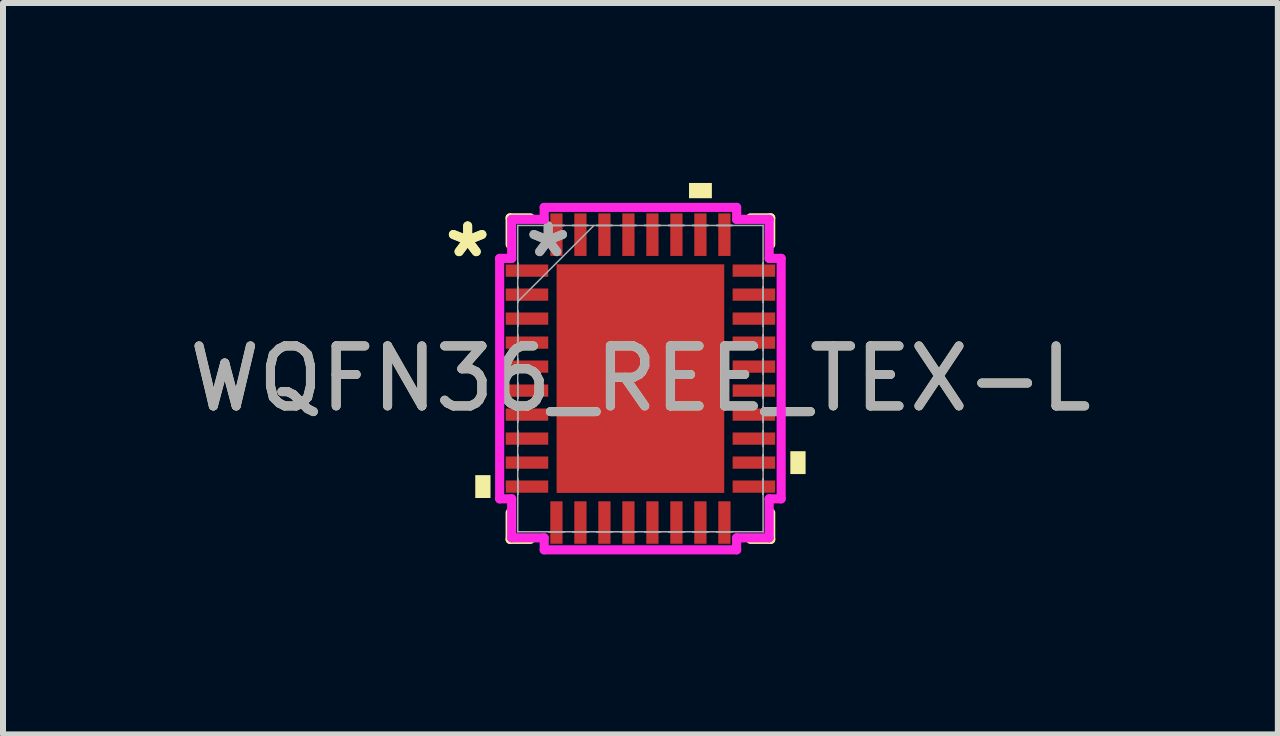
<source format=kicad_pcb>
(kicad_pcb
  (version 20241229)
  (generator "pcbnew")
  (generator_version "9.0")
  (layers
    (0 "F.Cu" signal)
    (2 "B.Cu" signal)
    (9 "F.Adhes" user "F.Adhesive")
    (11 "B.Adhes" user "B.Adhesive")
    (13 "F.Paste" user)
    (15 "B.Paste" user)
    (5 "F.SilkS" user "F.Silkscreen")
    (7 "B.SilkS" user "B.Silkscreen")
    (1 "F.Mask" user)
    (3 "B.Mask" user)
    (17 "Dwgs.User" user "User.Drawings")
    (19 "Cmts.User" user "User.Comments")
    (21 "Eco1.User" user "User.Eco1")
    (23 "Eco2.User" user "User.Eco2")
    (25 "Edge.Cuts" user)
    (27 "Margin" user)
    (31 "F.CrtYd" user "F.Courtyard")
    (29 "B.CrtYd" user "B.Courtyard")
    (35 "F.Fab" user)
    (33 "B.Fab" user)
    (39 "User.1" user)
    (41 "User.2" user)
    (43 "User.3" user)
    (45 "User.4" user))
  (footprint "WQFN36_REE_TEX-L"
    (layer "F.Cu")
    (at 7.625 3.261)
    (property "Reference" "WQFN36_REE_TEX-L" (at 0 0 0) (unlocked yes) (layer "F.SilkS") (effects (font (size 1 1) (thickness 0.15))))
    (attr smd)
    (fp_line (start -2.172 -2.68) (end -2.172 -2.235) (stroke (width 0.152) (type solid)) (layer "F.SilkS"))
    (fp_line (start -2.172 2.235) (end -2.172 2.68) (stroke (width 0.152) (type solid)) (layer "F.SilkS"))
    (fp_line (start -2.172 2.68) (end -1.835 2.68) (stroke (width 0.152) (type solid)) (layer "F.SilkS"))
    (fp_line (start -1.835 -2.68) (end -2.172 -2.68) (stroke (width 0.152) (type solid)) (layer "F.SilkS"))
    (fp_line (start 1.835 2.68) (end 2.172 2.68) (stroke (width 0.152) (type solid)) (layer "F.SilkS"))
    (fp_line (start 2.172 -2.68) (end 1.835 -2.68) (stroke (width 0.152) (type solid)) (layer "F.SilkS"))
    (fp_line (start 2.172 -2.235) (end 2.172 -2.68) (stroke (width 0.152) (type solid)) (layer "F.SilkS"))
    (fp_line (start 2.172 2.68) (end 2.172 2.235) (stroke (width 0.152) (type solid)) (layer "F.SilkS"))
    (fp_poly (pts (xy -2.753 1.609) (xy -2.753 1.99) (xy -2.499 1.99) (xy -2.499 1.609)) (stroke (width 0) (type solid)) (fill yes) (layer "F.SilkS"))
    (fp_poly (pts (xy 0.81 -3.007) (xy 0.81 -3.261) (xy 1.191 -3.261) (xy 1.191 -3.007)) (stroke (width 0) (type solid)) (fill yes) (layer "F.SilkS"))
    (fp_poly (pts (xy 2.753 1.21) (xy 2.753 1.591) (xy 2.499 1.591) (xy 2.499 1.21)) (stroke (width 0) (type solid)) (fill yes) (layer "F.SilkS"))
    (fp_poly (pts (xy -1.297 -1.805) (xy -1.297 -0.735) (xy -0.1 -0.735) (xy -0.1 -1.805)) (stroke (width 0) (type solid)) (fill yes) (layer "F.Paste"))
    (fp_poly (pts (xy -1.297 -0.535) (xy -1.297 0.535) (xy -0.1 0.535) (xy -0.1 -0.535)) (stroke (width 0) (type solid)) (fill yes) (layer "F.Paste"))
    (fp_poly (pts (xy -1.297 0.735) (xy -1.297 1.805) (xy -0.1 1.805) (xy -0.1 0.735)) (stroke (width 0) (type solid)) (fill yes) (layer "F.Paste"))
    (fp_poly (pts (xy 0.1 -1.805) (xy 0.1 -0.735) (xy 1.297 -0.735) (xy 1.297 -1.805)) (stroke (width 0) (type solid)) (fill yes) (layer "F.Paste"))
    (fp_poly (pts (xy 0.1 -0.535) (xy 0.1 0.535) (xy 1.297 0.535) (xy 1.297 -0.535)) (stroke (width 0) (type solid)) (fill yes) (layer "F.Paste"))
    (fp_poly (pts (xy 0.1 0.735) (xy 0.1 1.805) (xy 1.297 1.805) (xy 1.297 0.735)) (stroke (width 0) (type solid)) (fill yes) (layer "F.Paste"))
    (fp_line (start -2.346 -2.004) (end -2.146 -2.004) (stroke (width 0.152) (type solid)) (layer "F.CrtYd"))
    (fp_line (start -2.346 2.004) (end -2.346 -2.004) (stroke (width 0.152) (type solid)) (layer "F.CrtYd"))
    (fp_line (start -2.146 -2.654) (end -1.604 -2.654) (stroke (width 0.152) (type solid)) (layer "F.CrtYd"))
    (fp_line (start -2.146 -2.004) (end -2.146 -2.654) (stroke (width 0.152) (type solid)) (layer "F.CrtYd"))
    (fp_line (start -2.146 2.004) (end -2.346 2.004) (stroke (width 0.152) (type solid)) (layer "F.CrtYd"))
    (fp_line (start -2.146 2.654) (end -2.146 2.004) (stroke (width 0.152) (type solid)) (layer "F.CrtYd"))
    (fp_line (start -1.604 -2.854) (end 1.604 -2.854) (stroke (width 0.152) (type solid)) (layer "F.CrtYd"))
    (fp_line (start -1.604 -2.654) (end -1.604 -2.854) (stroke (width 0.152) (type solid)) (layer "F.CrtYd"))
    (fp_line (start -1.604 2.654) (end -2.146 2.654) (stroke (width 0.152) (type solid)) (layer "F.CrtYd"))
    (fp_line (start -1.604 2.854) (end -1.604 2.654) (stroke (width 0.152) (type solid)) (layer "F.CrtYd"))
    (fp_line (start 1.604 -2.854) (end 1.604 -2.654) (stroke (width 0.152) (type solid)) (layer "F.CrtYd"))
    (fp_line (start 1.604 -2.654) (end 2.146 -2.654) (stroke (width 0.152) (type solid)) (layer "F.CrtYd"))
    (fp_line (start 1.604 2.654) (end 1.604 2.854) (stroke (width 0.152) (type solid)) (layer "F.CrtYd"))
    (fp_line (start 1.604 2.854) (end -1.604 2.854) (stroke (width 0.152) (type solid)) (layer "F.CrtYd"))
    (fp_line (start 2.146 -2.654) (end 2.146 -2.004) (stroke (width 0.152) (type solid)) (layer "F.CrtYd"))
    (fp_line (start 2.146 -2.004) (end 2.346 -2.004) (stroke (width 0.152) (type solid)) (layer "F.CrtYd"))
    (fp_line (start 2.146 2.004) (end 2.146 2.654) (stroke (width 0.152) (type solid)) (layer "F.CrtYd"))
    (fp_line (start 2.146 2.654) (end 1.604 2.654) (stroke (width 0.152) (type solid)) (layer "F.CrtYd"))
    (fp_line (start 2.346 -2.004) (end 2.346 2.004) (stroke (width 0.152) (type solid)) (layer "F.CrtYd"))
    (fp_line (start 2.346 2.004) (end 2.146 2.004) (stroke (width 0.152) (type solid)) (layer "F.CrtYd"))
    (fp_line (start -2.045 -2.553) (end -2.045 -2.553) (stroke (width 0.025) (type solid)) (layer "F.Fab"))
    (fp_line (start -2.045 -2.553) (end -2.045 2.553) (stroke (width 0.025) (type solid)) (layer "F.Fab"))
    (fp_line (start -2.045 -1.927) (end -2.045 -1.927) (stroke (width 0.025) (type solid)) (layer "F.Fab"))
    (fp_line (start -2.045 -1.927) (end -2.045 -1.673) (stroke (width 0.025) (type solid)) (layer "F.Fab"))
    (fp_line (start -2.045 -1.673) (end -2.045 -1.927) (stroke (width 0.025) (type solid)) (layer "F.Fab"))
    (fp_line (start -2.045 -1.673) (end -2.045 -1.673) (stroke (width 0.025) (type solid)) (layer "F.Fab"))
    (fp_line (start -2.045 -1.527) (end -2.045 -1.527) (stroke (width 0.025) (type solid)) (layer "F.Fab"))
    (fp_line (start -2.045 -1.527) (end -2.045 -1.273) (stroke (width 0.025) (type solid)) (layer "F.Fab"))
    (fp_line (start -2.045 -1.283) (end -0.775 -2.553) (stroke (width 0.025) (type solid)) (layer "F.Fab"))
    (fp_line (start -2.045 -1.273) (end -2.045 -1.527) (stroke (width 0.025) (type solid)) (layer "F.Fab"))
    (fp_line (start -2.045 -1.273) (end -2.045 -1.273) (stroke (width 0.025) (type solid)) (layer "F.Fab"))
    (fp_line (start -2.045 -1.127) (end -2.045 -1.127) (stroke (width 0.025) (type solid)) (layer "F.Fab"))
    (fp_line (start -2.045 -1.127) (end -2.045 -0.873) (stroke (width 0.025) (type solid)) (layer "F.Fab"))
    (fp_line (start -2.045 -0.873) (end -2.045 -1.127) (stroke (width 0.025) (type solid)) (layer "F.Fab"))
    (fp_line (start -2.045 -0.873) (end -2.045 -0.873) (stroke (width 0.025) (type solid)) (layer "F.Fab"))
    (fp_line (start -2.045 -0.727) (end -2.045 -0.727) (stroke (width 0.025) (type solid)) (layer "F.Fab"))
    (fp_line (start -2.045 -0.727) (end -2.045 -0.473) (stroke (width 0.025) (type solid)) (layer "F.Fab"))
    (fp_line (start -2.045 -0.473) (end -2.045 -0.727) (stroke (width 0.025) (type solid)) (layer "F.Fab"))
    (fp_line (start -2.045 -0.473) (end -2.045 -0.473) (stroke (width 0.025) (type solid)) (layer "F.Fab"))
    (fp_line (start -2.045 -0.327) (end -2.045 -0.327) (stroke (width 0.025) (type solid)) (layer "F.Fab"))
    (fp_line (start -2.045 -0.327) (end -2.045 -0.073) (stroke (width 0.025) (type solid)) (layer "F.Fab"))
    (fp_line (start -2.045 -0.073) (end -2.045 -0.327) (stroke (width 0.025) (type solid)) (layer "F.Fab"))
    (fp_line (start -2.045 -0.073) (end -2.045 -0.073) (stroke (width 0.025) (type solid)) (layer "F.Fab"))
    (fp_line (start -2.045 0.073) (end -2.045 0.073) (stroke (width 0.025) (type solid)) (layer "F.Fab"))
    (fp_line (start -2.045 0.073) (end -2.045 0.327) (stroke (width 0.025) (type solid)) (layer "F.Fab"))
    (fp_line (start -2.045 0.327) (end -2.045 0.073) (stroke (width 0.025) (type solid)) (layer "F.Fab"))
    (fp_line (start -2.045 0.327) (end -2.045 0.327) (stroke (width 0.025) (type solid)) (layer "F.Fab"))
    (fp_line (start -2.045 0.473) (end -2.045 0.473) (stroke (width 0.025) (type solid)) (layer "F.Fab"))
    (fp_line (start -2.045 0.473) (end -2.045 0.727) (stroke (width 0.025) (type solid)) (layer "F.Fab"))
    (fp_line (start -2.045 0.727) (end -2.045 0.473) (stroke (width 0.025) (type solid)) (layer "F.Fab"))
    (fp_line (start -2.045 0.727) (end -2.045 0.727) (stroke (width 0.025) (type solid)) (layer "F.Fab"))
    (fp_line (start -2.045 0.873) (end -2.045 0.873) (stroke (width 0.025) (type solid)) (layer "F.Fab"))
    (fp_line (start -2.045 0.873) (end -2.045 1.127) (stroke (width 0.025) (type solid)) (layer "F.Fab"))
    (fp_line (start -2.045 1.127) (end -2.045 0.873) (stroke (width 0.025) (type solid)) (layer "F.Fab"))
    (fp_line (start -2.045 1.127) (end -2.045 1.127) (stroke (width 0.025) (type solid)) (layer "F.Fab"))
    (fp_line (start -2.045 1.273) (end -2.045 1.273) (stroke (width 0.025) (type solid)) (layer "F.Fab"))
    (fp_line (start -2.045 1.273) (end -2.045 1.527) (stroke (width 0.025) (type solid)) (layer "F.Fab"))
    (fp_line (start -2.045 1.527) (end -2.045 1.273) (stroke (width 0.025) (type solid)) (layer "F.Fab"))
    (fp_line (start -2.045 1.527) (end -2.045 1.527) (stroke (width 0.025) (type solid)) (layer "F.Fab"))
    (fp_line (start -2.045 1.673) (end -2.045 1.673) (stroke (width 0.025) (type solid)) (layer "F.Fab"))
    (fp_line (start -2.045 1.673) (end -2.045 1.927) (stroke (width 0.025) (type solid)) (layer "F.Fab"))
    (fp_line (start -2.045 1.927) (end -2.045 1.673) (stroke (width 0.025) (type solid)) (layer "F.Fab"))
    (fp_line (start -2.045 1.927) (end -2.045 1.927) (stroke (width 0.025) (type solid)) (layer "F.Fab"))
    (fp_line (start -2.045 2.553) (end -2.045 2.553) (stroke (width 0.025) (type solid)) (layer "F.Fab"))
    (fp_line (start -2.045 2.553) (end 2.045 2.553) (stroke (width 0.025) (type solid)) (layer "F.Fab"))
    (fp_line (start -1.527 -2.553) (end -1.527 -2.553) (stroke (width 0.025) (type solid)) (layer "F.Fab"))
    (fp_line (start -1.527 -2.553) (end -1.273 -2.553) (stroke (width 0.025) (type solid)) (layer "F.Fab"))
    (fp_line (start -1.527 2.553) (end -1.527 2.553) (stroke (width 0.025) (type solid)) (layer "F.Fab"))
    (fp_line (start -1.527 2.553) (end -1.273 2.553) (stroke (width 0.025) (type solid)) (layer "F.Fab"))
    (fp_line (start -1.273 -2.553) (end -1.527 -2.553) (stroke (width 0.025) (type solid)) (layer "F.Fab"))
    (fp_line (start -1.273 -2.553) (end -1.273 -2.553) (stroke (width 0.025) (type solid)) (layer "F.Fab"))
    (fp_line (start -1.273 2.553) (end -1.527 2.553) (stroke (width 0.025) (type solid)) (layer "F.Fab"))
    (fp_line (start -1.273 2.553) (end -1.273 2.553) (stroke (width 0.025) (type solid)) (layer "F.Fab"))
    (fp_line (start -1.127 -2.553) (end -1.127 -2.553) (stroke (width 0.025) (type solid)) (layer "F.Fab"))
    (fp_line (start -1.127 -2.553) (end -0.873 -2.553) (stroke (width 0.025) (type solid)) (layer "F.Fab"))
    (fp_line (start -1.127 2.553) (end -1.127 2.553) (stroke (width 0.025) (type solid)) (layer "F.Fab"))
    (fp_line (start -1.127 2.553) (end -0.873 2.553) (stroke (width 0.025) (type solid)) (layer "F.Fab"))
    (fp_line (start -0.873 -2.553) (end -1.127 -2.553) (stroke (width 0.025) (type solid)) (layer "F.Fab"))
    (fp_line (start -0.873 -2.553) (end -0.873 -2.553) (stroke (width 0.025) (type solid)) (layer "F.Fab"))
    (fp_line (start -0.873 2.553) (end -1.127 2.553) (stroke (width 0.025) (type solid)) (layer "F.Fab"))
    (fp_line (start -0.873 2.553) (end -0.873 2.553) (stroke (width 0.025) (type solid)) (layer "F.Fab"))
    (fp_line (start -0.727 -2.553) (end -0.727 -2.553) (stroke (width 0.025) (type solid)) (layer "F.Fab"))
    (fp_line (start -0.727 -2.553) (end -0.473 -2.553) (stroke (width 0.025) (type solid)) (layer "F.Fab"))
    (fp_line (start -0.727 2.553) (end -0.727 2.553) (stroke (width 0.025) (type solid)) (layer "F.Fab"))
    (fp_line (start -0.727 2.553) (end -0.473 2.553) (stroke (width 0.025) (type solid)) (layer "F.Fab"))
    (fp_line (start -0.473 -2.553) (end -0.727 -2.553) (stroke (width 0.025) (type solid)) (layer "F.Fab"))
    (fp_line (start -0.473 -2.553) (end -0.473 -2.553) (stroke (width 0.025) (type solid)) (layer "F.Fab"))
    (fp_line (start -0.473 2.553) (end -0.727 2.553) (stroke (width 0.025) (type solid)) (layer "F.Fab"))
    (fp_line (start -0.473 2.553) (end -0.473 2.553) (stroke (width 0.025) (type solid)) (layer "F.Fab"))
    (fp_line (start -0.327 -2.553) (end -0.327 -2.553) (stroke (width 0.025) (type solid)) (layer "F.Fab"))
    (fp_line (start -0.327 -2.553) (end -0.073 -2.553) (stroke (width 0.025) (type solid)) (layer "F.Fab"))
    (fp_line (start -0.327 2.553) (end -0.327 2.553) (stroke (width 0.025) (type solid)) (layer "F.Fab"))
    (fp_line (start -0.327 2.553) (end -0.073 2.553) (stroke (width 0.025) (type solid)) (layer "F.Fab"))
    (fp_line (start -0.073 -2.553) (end -0.327 -2.553) (stroke (width 0.025) (type solid)) (layer "F.Fab"))
    (fp_line (start -0.073 -2.553) (end -0.073 -2.553) (stroke (width 0.025) (type solid)) (layer "F.Fab"))
    (fp_line (start -0.073 2.553) (end -0.327 2.553) (stroke (width 0.025) (type solid)) (layer "F.Fab"))
    (fp_line (start -0.073 2.553) (end -0.073 2.553) (stroke (width 0.025) (type solid)) (layer "F.Fab"))
    (fp_line (start 0.073 -2.553) (end 0.073 -2.553) (stroke (width 0.025) (type solid)) (layer "F.Fab"))
    (fp_line (start 0.073 -2.553) (end 0.327 -2.553) (stroke (width 0.025) (type solid)) (layer "F.Fab"))
    (fp_line (start 0.073 2.553) (end 0.073 2.553) (stroke (width 0.025) (type solid)) (layer "F.Fab"))
    (fp_line (start 0.073 2.553) (end 0.327 2.553) (stroke (width 0.025) (type solid)) (layer "F.Fab"))
    (fp_line (start 0.327 -2.553) (end 0.073 -2.553) (stroke (width 0.025) (type solid)) (layer "F.Fab"))
    (fp_line (start 0.327 -2.553) (end 0.327 -2.553) (stroke (width 0.025) (type solid)) (layer "F.Fab"))
    (fp_line (start 0.327 2.553) (end 0.073 2.553) (stroke (width 0.025) (type solid)) (layer "F.Fab"))
    (fp_line (start 0.327 2.553) (end 0.327 2.553) (stroke (width 0.025) (type solid)) (layer "F.Fab"))
    (fp_line (start 0.473 -2.553) (end 0.473 -2.553) (stroke (width 0.025) (type solid)) (layer "F.Fab"))
    (fp_line (start 0.473 -2.553) (end 0.727 -2.553) (stroke (width 0.025) (type solid)) (layer "F.Fab"))
    (fp_line (start 0.473 2.553) (end 0.473 2.553) (stroke (width 0.025) (type solid)) (layer "F.Fab"))
    (fp_line (start 0.473 2.553) (end 0.727 2.553) (stroke (width 0.025) (type solid)) (layer "F.Fab"))
    (fp_line (start 0.727 -2.553) (end 0.473 -2.553) (stroke (width 0.025) (type solid)) (layer "F.Fab"))
    (fp_line (start 0.727 -2.553) (end 0.727 -2.553) (stroke (width 0.025) (type solid)) (layer "F.Fab"))
    (fp_line (start 0.727 2.553) (end 0.473 2.553) (stroke (width 0.025) (type solid)) (layer "F.Fab"))
    (fp_line (start 0.727 2.553) (end 0.727 2.553) (stroke (width 0.025) (type solid)) (layer "F.Fab"))
    (fp_line (start 0.873 -2.553) (end 0.873 -2.553) (stroke (width 0.025) (type solid)) (layer "F.Fab"))
    (fp_line (start 0.873 -2.553) (end 1.127 -2.553) (stroke (width 0.025) (type solid)) (layer "F.Fab"))
    (fp_line (start 0.873 2.553) (end 0.873 2.553) (stroke (width 0.025) (type solid)) (layer "F.Fab"))
    (fp_line (start 0.873 2.553) (end 1.127 2.553) (stroke (width 0.025) (type solid)) (layer "F.Fab"))
    (fp_line (start 1.127 -2.553) (end 0.873 -2.553) (stroke (width 0.025) (type solid)) (layer "F.Fab"))
    (fp_line (start 1.127 -2.553) (end 1.127 -2.553) (stroke (width 0.025) (type solid)) (layer "F.Fab"))
    (fp_line (start 1.127 2.553) (end 0.873 2.553) (stroke (width 0.025) (type solid)) (layer "F.Fab"))
    (fp_line (start 1.127 2.553) (end 1.127 2.553) (stroke (width 0.025) (type solid)) (layer "F.Fab"))
    (fp_line (start 1.273 -2.553) (end 1.273 -2.553) (stroke (width 0.025) (type solid)) (layer "F.Fab"))
    (fp_line (start 1.273 -2.553) (end 1.527 -2.553) (stroke (width 0.025) (type solid)) (layer "F.Fab"))
    (fp_line (start 1.273 2.553) (end 1.273 2.553) (stroke (width 0.025) (type solid)) (layer "F.Fab"))
    (fp_line (start 1.273 2.553) (end 1.527 2.553) (stroke (width 0.025) (type solid)) (layer "F.Fab"))
    (fp_line (start 1.527 -2.553) (end 1.273 -2.553) (stroke (width 0.025) (type solid)) (layer "F.Fab"))
    (fp_line (start 1.527 -2.553) (end 1.527 -2.553) (stroke (width 0.025) (type solid)) (layer "F.Fab"))
    (fp_line (start 1.527 2.553) (end 1.273 2.553) (stroke (width 0.025) (type solid)) (layer "F.Fab"))
    (fp_line (start 1.527 2.553) (end 1.527 2.553) (stroke (width 0.025) (type solid)) (layer "F.Fab"))
    (fp_line (start 2.045 -2.553) (end -2.045 -2.553) (stroke (width 0.025) (type solid)) (layer "F.Fab"))
    (fp_line (start 2.045 -2.553) (end 2.045 -2.553) (stroke (width 0.025) (type solid)) (layer "F.Fab"))
    (fp_line (start 2.045 -1.927) (end 2.045 -1.927) (stroke (width 0.025) (type solid)) (layer "F.Fab"))
    (fp_line (start 2.045 -1.927) (end 2.045 -1.673) (stroke (width 0.025) (type solid)) (layer "F.Fab"))
    (fp_line (start 2.045 -1.673) (end 2.045 -1.927) (stroke (width 0.025) (type solid)) (layer "F.Fab"))
    (fp_line (start 2.045 -1.673) (end 2.045 -1.673) (stroke (width 0.025) (type solid)) (layer "F.Fab"))
    (fp_line (start 2.045 -1.527) (end 2.045 -1.527) (stroke (width 0.025) (type solid)) (layer "F.Fab"))
    (fp_line (start 2.045 -1.527) (end 2.045 -1.273) (stroke (width 0.025) (type solid)) (layer "F.Fab"))
    (fp_line (start 2.045 -1.273) (end 2.045 -1.527) (stroke (width 0.025) (type solid)) (layer "F.Fab"))
    (fp_line (start 2.045 -1.273) (end 2.045 -1.273) (stroke (width 0.025) (type solid)) (layer "F.Fab"))
    (fp_line (start 2.045 -1.127) (end 2.045 -1.127) (stroke (width 0.025) (type solid)) (layer "F.Fab"))
    (fp_line (start 2.045 -1.127) (end 2.045 -0.873) (stroke (width 0.025) (type solid)) (layer "F.Fab"))
    (fp_line (start 2.045 -0.873) (end 2.045 -1.127) (stroke (width 0.025) (type solid)) (layer "F.Fab"))
    (fp_line (start 2.045 -0.873) (end 2.045 -0.873) (stroke (width 0.025) (type solid)) (layer "F.Fab"))
    (fp_line (start 2.045 -0.727) (end 2.045 -0.727) (stroke (width 0.025) (type solid)) (layer "F.Fab"))
    (fp_line (start 2.045 -0.727) (end 2.045 -0.473) (stroke (width 0.025) (type solid)) (layer "F.Fab"))
    (fp_line (start 2.045 -0.473) (end 2.045 -0.727) (stroke (width 0.025) (type solid)) (layer "F.Fab"))
    (fp_line (start 2.045 -0.473) (end 2.045 -0.473) (stroke (width 0.025) (type solid)) (layer "F.Fab"))
    (fp_line (start 2.045 -0.327) (end 2.045 -0.327) (stroke (width 0.025) (type solid)) (layer "F.Fab"))
    (fp_line (start 2.045 -0.327) (end 2.045 -0.073) (stroke (width 0.025) (type solid)) (layer "F.Fab"))
    (fp_line (start 2.045 -0.073) (end 2.045 -0.327) (stroke (width 0.025) (type solid)) (layer "F.Fab"))
    (fp_line (start 2.045 -0.073) (end 2.045 -0.073) (stroke (width 0.025) (type solid)) (layer "F.Fab"))
    (fp_line (start 2.045 0.073) (end 2.045 0.073) (stroke (width 0.025) (type solid)) (layer "F.Fab"))
    (fp_line (start 2.045 0.073) (end 2.045 0.327) (stroke (width 0.025) (type solid)) (layer "F.Fab"))
    (fp_line (start 2.045 0.327) (end 2.045 0.073) (stroke (width 0.025) (type solid)) (layer "F.Fab"))
    (fp_line (start 2.045 0.327) (end 2.045 0.327) (stroke (width 0.025) (type solid)) (layer "F.Fab"))
    (fp_line (start 2.045 0.473) (end 2.045 0.473) (stroke (width 0.025) (type solid)) (layer "F.Fab"))
    (fp_line (start 2.045 0.473) (end 2.045 0.727) (stroke (width 0.025) (type solid)) (layer "F.Fab"))
    (fp_line (start 2.045 0.727) (end 2.045 0.473) (stroke (width 0.025) (type solid)) (layer "F.Fab"))
    (fp_line (start 2.045 0.727) (end 2.045 0.727) (stroke (width 0.025) (type solid)) (layer "F.Fab"))
    (fp_line (start 2.045 0.873) (end 2.045 0.873) (stroke (width 0.025) (type solid)) (layer "F.Fab"))
    (fp_line (start 2.045 0.873) (end 2.045 1.127) (stroke (width 0.025) (type solid)) (layer "F.Fab"))
    (fp_line (start 2.045 1.127) (end 2.045 0.873) (stroke (width 0.025) (type solid)) (layer "F.Fab"))
    (fp_line (start 2.045 1.127) (end 2.045 1.127) (stroke (width 0.025) (type solid)) (layer "F.Fab"))
    (fp_line (start 2.045 1.273) (end 2.045 1.273) (stroke (width 0.025) (type solid)) (layer "F.Fab"))
    (fp_line (start 2.045 1.273) (end 2.045 1.527) (stroke (width 0.025) (type solid)) (layer "F.Fab"))
    (fp_line (start 2.045 1.527) (end 2.045 1.273) (stroke (width 0.025) (type solid)) (layer "F.Fab"))
    (fp_line (start 2.045 1.527) (end 2.045 1.527) (stroke (width 0.025) (type solid)) (layer "F.Fab"))
    (fp_line (start 2.045 1.673) (end 2.045 1.673) (stroke (width 0.025) (type solid)) (layer "F.Fab"))
    (fp_line (start 2.045 1.673) (end 2.045 1.927) (stroke (width 0.025) (type solid)) (layer "F.Fab"))
    (fp_line (start 2.045 1.927) (end 2.045 1.673) (stroke (width 0.025) (type solid)) (layer "F.Fab"))
    (fp_line (start 2.045 1.927) (end 2.045 1.927) (stroke (width 0.025) (type solid)) (layer "F.Fab"))
    (fp_line (start 2.045 2.553) (end 2.045 -2.553) (stroke (width 0.025) (type solid)) (layer "F.Fab"))
    (fp_line (start 2.045 2.553) (end 2.045 2.553) (stroke (width 0.025) (type solid)) (layer "F.Fab"))
    (fp_text user "*" (at -2.88 -2 0) (layer "F.SilkS") (effects (font (size 1 1) (thickness 0.15))))
    (fp_text user "*" (at -2.88 -2 0) (unlocked yes) (layer "F.SilkS") (effects (font (size 1 1) (thickness 0.15))))
    (fp_text user "*" (at -1.537 -2 0) (layer "F.Fab") (effects (font (size 1 1) (thickness 0.15))))
    (fp_text user "${REFERENCE}" (at 0 0 0) (unlocked yes) (layer "F.Fab") (effects (font (size 1 1) (thickness 0.15))))
    (fp_text user "*" (at -1.537 -2 0) (unlocked yes) (layer "F.Fab") (effects (font (size 1 1) (thickness 0.15))))
    (pad "1" smd rect (at -1.891 -1.8 90) (size 0.204 0.708) (layers "F.Cu" "F.Mask" "F.Paste"))
    (pad "2" smd rect (at -1.891 -1.4 90) (size 0.204 0.708) (layers "F.Cu" "F.Mask" "F.Paste"))
    (pad "3" smd rect (at -1.891 -1 90) (size 0.204 0.708) (layers "F.Cu" "F.Mask" "F.Paste"))
    (pad "4" smd rect (at -1.891 -0.6 90) (size 0.204 0.708) (layers "F.Cu" "F.Mask" "F.Paste"))
    (pad "5" smd rect (at -1.891 -0.2 90) (size 0.204 0.708) (layers "F.Cu" "F.Mask" "F.Paste"))
    (pad "6" smd rect (at -1.891 0.2 90) (size 0.204 0.708) (layers "F.Cu" "F.Mask" "F.Paste"))
    (pad "7" smd rect (at -1.891 0.6 90) (size 0.204 0.708) (layers "F.Cu" "F.Mask" "F.Paste"))
    (pad "8" smd rect (at -1.891 1 90) (size 0.204 0.708) (layers "F.Cu" "F.Mask" "F.Paste"))
    (pad "9" smd rect (at -1.891 1.4 90) (size 0.204 0.708) (layers "F.Cu" "F.Mask" "F.Paste"))
    (pad "10" smd rect (at -1.891 1.8 90) (size 0.204 0.708) (layers "F.Cu" "F.Mask" "F.Paste"))
    (pad "11" smd rect (at -1.4 2.399) (size 0.204 0.708) (layers "F.Cu" "F.Mask" "F.Paste"))
    (pad "12" smd rect (at -1 2.399) (size 0.204 0.708) (layers "F.Cu" "F.Mask" "F.Paste"))
    (pad "13" smd rect (at -0.6 2.399) (size 0.204 0.708) (layers "F.Cu" "F.Mask" "F.Paste"))
    (pad "14" smd rect (at -0.2 2.399) (size 0.204 0.708) (layers "F.Cu" "F.Mask" "F.Paste"))
    (pad "15" smd rect (at 0.2 2.399) (size 0.204 0.708) (layers "F.Cu" "F.Mask" "F.Paste"))
    (pad "16" smd rect (at 0.6 2.399) (size 0.204 0.708) (layers "F.Cu" "F.Mask" "F.Paste"))
    (pad "17" smd rect (at 1 2.399) (size 0.204 0.708) (layers "F.Cu" "F.Mask" "F.Paste"))
    (pad "18" smd rect (at 1.4 2.399) (size 0.204 0.708) (layers "F.Cu" "F.Mask" "F.Paste"))
    (pad "19" smd rect (at 1.891 1.8 90) (size 0.204 0.708) (layers "F.Cu" "F.Mask" "F.Paste"))
    (pad "20" smd rect (at 1.891 1.4 90) (size 0.204 0.708) (layers "F.Cu" "F.Mask" "F.Paste"))
    (pad "21" smd rect (at 1.891 1 90) (size 0.204 0.708) (layers "F.Cu" "F.Mask" "F.Paste"))
    (pad "22" smd rect (at 1.891 0.6 90) (size 0.204 0.708) (layers "F.Cu" "F.Mask" "F.Paste"))
    (pad "23" smd rect (at 1.891 0.2 90) (size 0.204 0.708) (layers "F.Cu" "F.Mask" "F.Paste"))
    (pad "24" smd rect (at 1.891 -0.2 90) (size 0.204 0.708) (layers "F.Cu" "F.Mask" "F.Paste"))
    (pad "25" smd rect (at 1.891 -0.6 90) (size 0.204 0.708) (layers "F.Cu" "F.Mask" "F.Paste"))
    (pad "26" smd rect (at 1.891 -1 90) (size 0.204 0.708) (layers "F.Cu" "F.Mask" "F.Paste"))
    (pad "27" smd rect (at 1.891 -1.4 90) (size 0.204 0.708) (layers "F.Cu" "F.Mask" "F.Paste"))
    (pad "28" smd rect (at 1.891 -1.8 90) (size 0.204 0.708) (layers "F.Cu" "F.Mask" "F.Paste"))
    (pad "29" smd rect (at 1.4 -2.399) (size 0.204 0.708) (layers "F.Cu" "F.Mask" "F.Paste"))
    (pad "30" smd rect (at 1 -2.399) (size 0.204 0.708) (layers "F.Cu" "F.Mask" "F.Paste"))
    (pad "31" smd rect (at 0.6 -2.399) (size 0.204 0.708) (layers "F.Cu" "F.Mask" "F.Paste"))
    (pad "32" smd rect (at 0.2 -2.399) (size 0.204 0.708) (layers "F.Cu" "F.Mask" "F.Paste"))
    (pad "33" smd rect (at -0.2 -2.399) (size 0.204 0.708) (layers "F.Cu" "F.Mask" "F.Paste"))
    (pad "34" smd rect (at -0.6 -2.399) (size 0.204 0.708) (layers "F.Cu" "F.Mask" "F.Paste"))
    (pad "35" smd rect (at -1 -2.399) (size 0.204 0.708) (layers "F.Cu" "F.Mask" "F.Paste"))
    (pad "36" smd rect (at -1.4 -2.399) (size 0.204 0.708) (layers "F.Cu" "F.Mask" "F.Paste"))
    (pad "37" smd rect (at 0 0) (size 2.794 3.81) (layers "F.Cu" "F.Mask")))
  (gr_rect
    (start -3 -3)
    (end 18.25 9.191)
    (stroke (width 0.1) (type default))
    (fill no)
    (layer "Edge.Cuts")))
</source>
